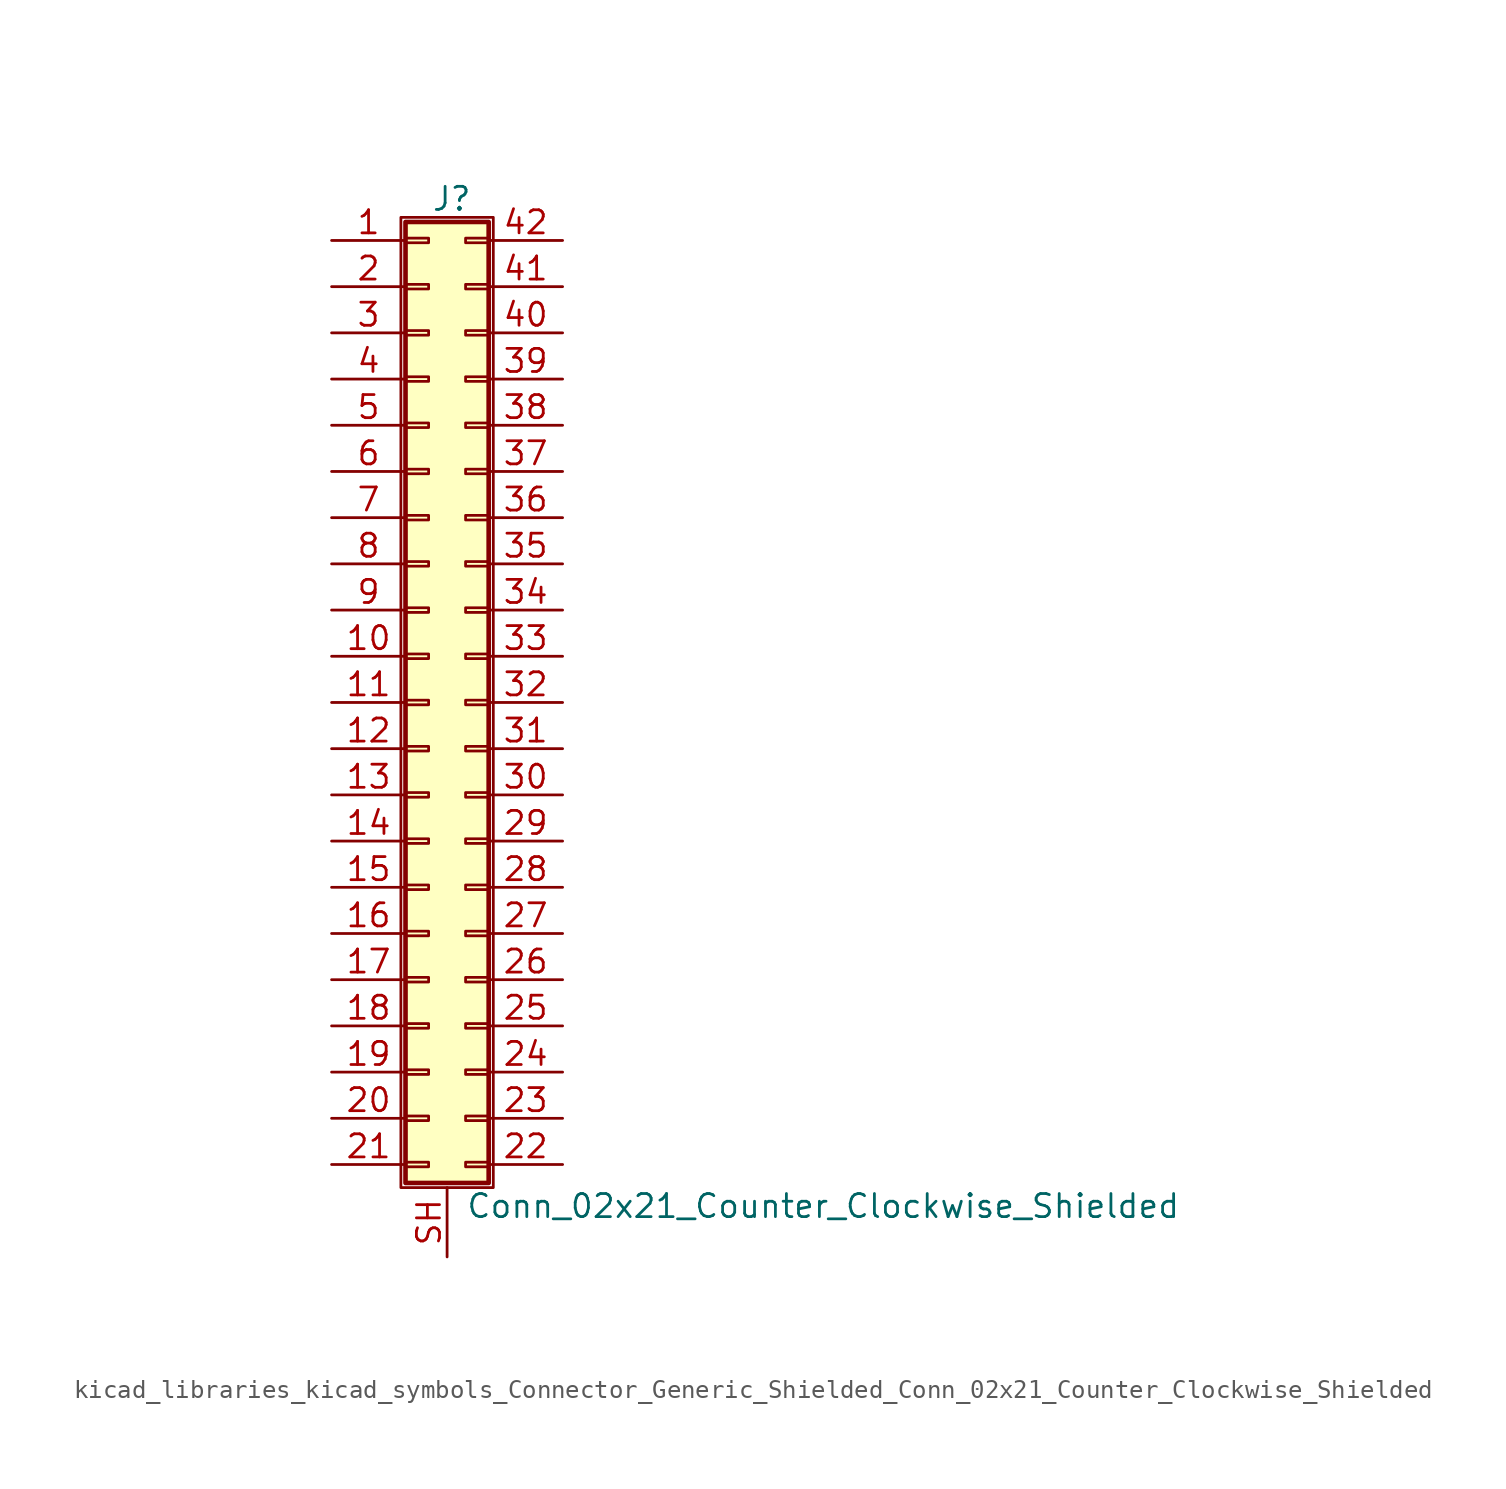
<source format=kicad_sym>
(kicad_symbol_lib
  (version 20220914)
  (generator kicad_symbol_editor)
  (symbol "kicad_libraries_kicad_symbols_Connector_Generic_Shielded_Conn_02x21_Counter_Clockwise_Shielded"
    (pin_names
      (offset 1.016) hide)
    (property "Reference" "J"
      (at 1.524 27.686 0)
      (effects (font (size 1.27 1.27))))
    (property "Value" "Conn_02x21_Counter_Clockwise_Shielded"
      (at 2.286 -27.686 0)
      (effects (font (size 1.27 1.27)) (justify left)))
    (symbol "kicad_libraries_kicad_symbols_Connector_Generic_Shielded_Conn_02x21_Counter_Clockwise_Shielded_1_1"
      (rectangle (start -1.27 26.67) (end 3.81 -26.67) (stroke (width 0.152) (type default)) (fill (type none)))
      (rectangle (start -1.016 -25.273) (end 0.254 -25.527) (stroke (width 0.152) (type default)) (fill (type none)))
      (rectangle (start -1.016 -22.733) (end 0.254 -22.987) (stroke (width 0.152) (type default)) (fill (type none)))
      (rectangle (start -1.016 -20.193) (end 0.254 -20.447) (stroke (width 0.152) (type default)) (fill (type none)))
      (rectangle (start -1.016 -17.653) (end 0.254 -17.907) (stroke (width 0.152) (type default)) (fill (type none)))
      (rectangle (start -1.016 -15.113) (end 0.254 -15.367) (stroke (width 0.152) (type default)) (fill (type none)))
      (rectangle (start -1.016 -12.573) (end 0.254 -12.827) (stroke (width 0.152) (type default)) (fill (type none)))
      (rectangle (start -1.016 -10.033) (end 0.254 -10.287) (stroke (width 0.152) (type default)) (fill (type none)))
      (rectangle (start -1.016 -7.493) (end 0.254 -7.747) (stroke (width 0.152) (type default)) (fill (type none)))
      (rectangle (start -1.016 -4.953) (end 0.254 -5.207) (stroke (width 0.152) (type default)) (fill (type none)))
      (rectangle (start -1.016 -2.413) (end 0.254 -2.667) (stroke (width 0.152) (type default)) (fill (type none)))
      (rectangle (start -1.016 0.127) (end 0.254 -0.127) (stroke (width 0.152) (type default)) (fill (type none)))
      (rectangle (start -1.016 2.667) (end 0.254 2.413) (stroke (width 0.152) (type default)) (fill (type none)))
      (rectangle (start -1.016 5.207) (end 0.254 4.953) (stroke (width 0.152) (type default)) (fill (type none)))
      (rectangle (start -1.016 7.747) (end 0.254 7.493) (stroke (width 0.152) (type default)) (fill (type none)))
      (rectangle (start -1.016 10.287) (end 0.254 10.033) (stroke (width 0.152) (type default)) (fill (type none)))
      (rectangle (start -1.016 12.827) (end 0.254 12.573) (stroke (width 0.152) (type default)) (fill (type none)))
      (rectangle (start -1.016 15.367) (end 0.254 15.113) (stroke (width 0.152) (type default)) (fill (type none)))
      (rectangle (start -1.016 17.907) (end 0.254 17.653) (stroke (width 0.152) (type default)) (fill (type none)))
      (rectangle (start -1.016 20.447) (end 0.254 20.193) (stroke (width 0.152) (type default)) (fill (type none)))
      (rectangle (start -1.016 22.987) (end 0.254 22.733) (stroke (width 0.152) (type default)) (fill (type none)))
      (rectangle (start -1.016 25.527) (end 0.254 25.273) (stroke (width 0.152) (type default)) (fill (type none)))
      (rectangle (start -1.016 26.416) (end 3.556 -26.416) (stroke (width 0.254) (type default)) (fill (type background)))
      (rectangle (start 3.556 -25.273) (end 2.286 -25.527) (stroke (width 0.152) (type default)) (fill (type none)))
      (rectangle (start 3.556 -22.733) (end 2.286 -22.987) (stroke (width 0.152) (type default)) (fill (type none)))
      (rectangle (start 3.556 -20.193) (end 2.286 -20.447) (stroke (width 0.152) (type default)) (fill (type none)))
      (rectangle (start 3.556 -17.653) (end 2.286 -17.907) (stroke (width 0.152) (type default)) (fill (type none)))
      (rectangle (start 3.556 -15.113) (end 2.286 -15.367) (stroke (width 0.152) (type default)) (fill (type none)))
      (rectangle (start 3.556 -12.573) (end 2.286 -12.827) (stroke (width 0.152) (type default)) (fill (type none)))
      (rectangle (start 3.556 -10.033) (end 2.286 -10.287) (stroke (width 0.152) (type default)) (fill (type none)))
      (rectangle (start 3.556 -7.493) (end 2.286 -7.747) (stroke (width 0.152) (type default)) (fill (type none)))
      (rectangle (start 3.556 -4.953) (end 2.286 -5.207) (stroke (width 0.152) (type default)) (fill (type none)))
      (rectangle (start 3.556 -2.413) (end 2.286 -2.667) (stroke (width 0.152) (type default)) (fill (type none)))
      (rectangle (start 3.556 0.127) (end 2.286 -0.127) (stroke (width 0.152) (type default)) (fill (type none)))
      (rectangle (start 3.556 2.667) (end 2.286 2.413) (stroke (width 0.152) (type default)) (fill (type none)))
      (rectangle (start 3.556 5.207) (end 2.286 4.953) (stroke (width 0.152) (type default)) (fill (type none)))
      (rectangle (start 3.556 7.747) (end 2.286 7.493) (stroke (width 0.152) (type default)) (fill (type none)))
      (rectangle (start 3.556 10.287) (end 2.286 10.033) (stroke (width 0.152) (type default)) (fill (type none)))
      (rectangle (start 3.556 12.827) (end 2.286 12.573) (stroke (width 0.152) (type default)) (fill (type none)))
      (rectangle (start 3.556 15.367) (end 2.286 15.113) (stroke (width 0.152) (type default)) (fill (type none)))
      (rectangle (start 3.556 17.907) (end 2.286 17.653) (stroke (width 0.152) (type default)) (fill (type none)))
      (rectangle (start 3.556 20.447) (end 2.286 20.193) (stroke (width 0.152) (type default)) (fill (type none)))
      (rectangle (start 3.556 22.987) (end 2.286 22.733) (stroke (width 0.152) (type default)) (fill (type none)))
      (rectangle (start 3.556 25.527) (end 2.286 25.273) (stroke (width 0.152) (type default)) (fill (type none)))
      (pin passive line (at -5.08 25.4 0) (length 4.064) (name "Pin_1" (effects (font (size 1.27 1.27)))) (number "1" (effects (font (size 1.27 1.27)))))
      (pin passive line (at -5.08 2.54 0) (length 4.064) (name "Pin_10" (effects (font (size 1.27 1.27)))) (number "10" (effects (font (size 1.27 1.27)))))
      (pin passive line (at -5.08 0 0) (length 4.064) (name "Pin_11" (effects (font (size 1.27 1.27)))) (number "11" (effects (font (size 1.27 1.27)))))
      (pin passive line (at -5.08 -2.54 0) (length 4.064) (name "Pin_12" (effects (font (size 1.27 1.27)))) (number "12" (effects (font (size 1.27 1.27)))))
      (pin passive line (at -5.08 -5.08 0) (length 4.064) (name "Pin_13" (effects (font (size 1.27 1.27)))) (number "13" (effects (font (size 1.27 1.27)))))
      (pin passive line (at -5.08 -7.62 0) (length 4.064) (name "Pin_14" (effects (font (size 1.27 1.27)))) (number "14" (effects (font (size 1.27 1.27)))))
      (pin passive line (at -5.08 -10.16 0) (length 4.064) (name "Pin_15" (effects (font (size 1.27 1.27)))) (number "15" (effects (font (size 1.27 1.27)))))
      (pin passive line (at -5.08 -12.7 0) (length 4.064) (name "Pin_16" (effects (font (size 1.27 1.27)))) (number "16" (effects (font (size 1.27 1.27)))))
      (pin passive line (at -5.08 -15.24 0) (length 4.064) (name "Pin_17" (effects (font (size 1.27 1.27)))) (number "17" (effects (font (size 1.27 1.27)))))
      (pin passive line (at -5.08 -17.78 0) (length 4.064) (name "Pin_18" (effects (font (size 1.27 1.27)))) (number "18" (effects (font (size 1.27 1.27)))))
      (pin passive line (at -5.08 -20.32 0) (length 4.064) (name "Pin_19" (effects (font (size 1.27 1.27)))) (number "19" (effects (font (size 1.27 1.27)))))
      (pin passive line (at -5.08 22.86 0) (length 4.064) (name "Pin_2" (effects (font (size 1.27 1.27)))) (number "2" (effects (font (size 1.27 1.27)))))
      (pin passive line (at -5.08 -22.86 0) (length 4.064) (name "Pin_20" (effects (font (size 1.27 1.27)))) (number "20" (effects (font (size 1.27 1.27)))))
      (pin passive line (at -5.08 -25.4 0) (length 4.064) (name "Pin_21" (effects (font (size 1.27 1.27)))) (number "21" (effects (font (size 1.27 1.27)))))
      (pin passive line (at 7.62 -25.4 180) (length 4.064) (name "Pin_22" (effects (font (size 1.27 1.27)))) (number "22" (effects (font (size 1.27 1.27)))))
      (pin passive line (at 7.62 -22.86 180) (length 4.064) (name "Pin_23" (effects (font (size 1.27 1.27)))) (number "23" (effects (font (size 1.27 1.27)))))
      (pin passive line (at 7.62 -20.32 180) (length 4.064) (name "Pin_24" (effects (font (size 1.27 1.27)))) (number "24" (effects (font (size 1.27 1.27)))))
      (pin passive line (at 7.62 -17.78 180) (length 4.064) (name "Pin_25" (effects (font (size 1.27 1.27)))) (number "25" (effects (font (size 1.27 1.27)))))
      (pin passive line (at 7.62 -15.24 180) (length 4.064) (name "Pin_26" (effects (font (size 1.27 1.27)))) (number "26" (effects (font (size 1.27 1.27)))))
      (pin passive line (at 7.62 -12.7 180) (length 4.064) (name "Pin_27" (effects (font (size 1.27 1.27)))) (number "27" (effects (font (size 1.27 1.27)))))
      (pin passive line (at 7.62 -10.16 180) (length 4.064) (name "Pin_28" (effects (font (size 1.27 1.27)))) (number "28" (effects (font (size 1.27 1.27)))))
      (pin passive line (at 7.62 -7.62 180) (length 4.064) (name "Pin_29" (effects (font (size 1.27 1.27)))) (number "29" (effects (font (size 1.27 1.27)))))
      (pin passive line (at -5.08 20.32 0) (length 4.064) (name "Pin_3" (effects (font (size 1.27 1.27)))) (number "3" (effects (font (size 1.27 1.27)))))
      (pin passive line (at 7.62 -5.08 180) (length 4.064) (name "Pin_30" (effects (font (size 1.27 1.27)))) (number "30" (effects (font (size 1.27 1.27)))))
      (pin passive line (at 7.62 -2.54 180) (length 4.064) (name "Pin_31" (effects (font (size 1.27 1.27)))) (number "31" (effects (font (size 1.27 1.27)))))
      (pin passive line (at 7.62 0 180) (length 4.064) (name "Pin_32" (effects (font (size 1.27 1.27)))) (number "32" (effects (font (size 1.27 1.27)))))
      (pin passive line (at 7.62 2.54 180) (length 4.064) (name "Pin_33" (effects (font (size 1.27 1.27)))) (number "33" (effects (font (size 1.27 1.27)))))
      (pin passive line (at 7.62 5.08 180) (length 4.064) (name "Pin_34" (effects (font (size 1.27 1.27)))) (number "34" (effects (font (size 1.27 1.27)))))
      (pin passive line (at 7.62 7.62 180) (length 4.064) (name "Pin_35" (effects (font (size 1.27 1.27)))) (number "35" (effects (font (size 1.27 1.27)))))
      (pin passive line (at 7.62 10.16 180) (length 4.064) (name "Pin_36" (effects (font (size 1.27 1.27)))) (number "36" (effects (font (size 1.27 1.27)))))
      (pin passive line (at 7.62 12.7 180) (length 4.064) (name "Pin_37" (effects (font (size 1.27 1.27)))) (number "37" (effects (font (size 1.27 1.27)))))
      (pin passive line (at 7.62 15.24 180) (length 4.064) (name "Pin_38" (effects (font (size 1.27 1.27)))) (number "38" (effects (font (size 1.27 1.27)))))
      (pin passive line (at 7.62 17.78 180) (length 4.064) (name "Pin_39" (effects (font (size 1.27 1.27)))) (number "39" (effects (font (size 1.27 1.27)))))
      (pin passive line (at -5.08 17.78 0) (length 4.064) (name "Pin_4" (effects (font (size 1.27 1.27)))) (number "4" (effects (font (size 1.27 1.27)))))
      (pin passive line (at 7.62 20.32 180) (length 4.064) (name "Pin_40" (effects (font (size 1.27 1.27)))) (number "40" (effects (font (size 1.27 1.27)))))
      (pin passive line (at 7.62 22.86 180) (length 4.064) (name "Pin_41" (effects (font (size 1.27 1.27)))) (number "41" (effects (font (size 1.27 1.27)))))
      (pin passive line (at 7.62 25.4 180) (length 4.064) (name "Pin_42" (effects (font (size 1.27 1.27)))) (number "42" (effects (font (size 1.27 1.27)))))
      (pin passive line (at -5.08 15.24 0) (length 4.064) (name "Pin_5" (effects (font (size 1.27 1.27)))) (number "5" (effects (font (size 1.27 1.27)))))
      (pin passive line (at -5.08 12.7 0) (length 4.064) (name "Pin_6" (effects (font (size 1.27 1.27)))) (number "6" (effects (font (size 1.27 1.27)))))
      (pin passive line (at -5.08 10.16 0) (length 4.064) (name "Pin_7" (effects (font (size 1.27 1.27)))) (number "7" (effects (font (size 1.27 1.27)))))
      (pin passive line (at -5.08 7.62 0) (length 4.064) (name "Pin_8" (effects (font (size 1.27 1.27)))) (number "8" (effects (font (size 1.27 1.27)))))
      (pin passive line (at -5.08 5.08 0) (length 4.064) (name "Pin_9" (effects (font (size 1.27 1.27)))) (number "9" (effects (font (size 1.27 1.27)))))
      (pin passive line (at 1.27 -30.48 90) (length 3.81) (name "Shield" (effects (font (size 1.27 1.27)))) (number "SH" (effects (font (size 1.27 1.27))))))))
</source>
